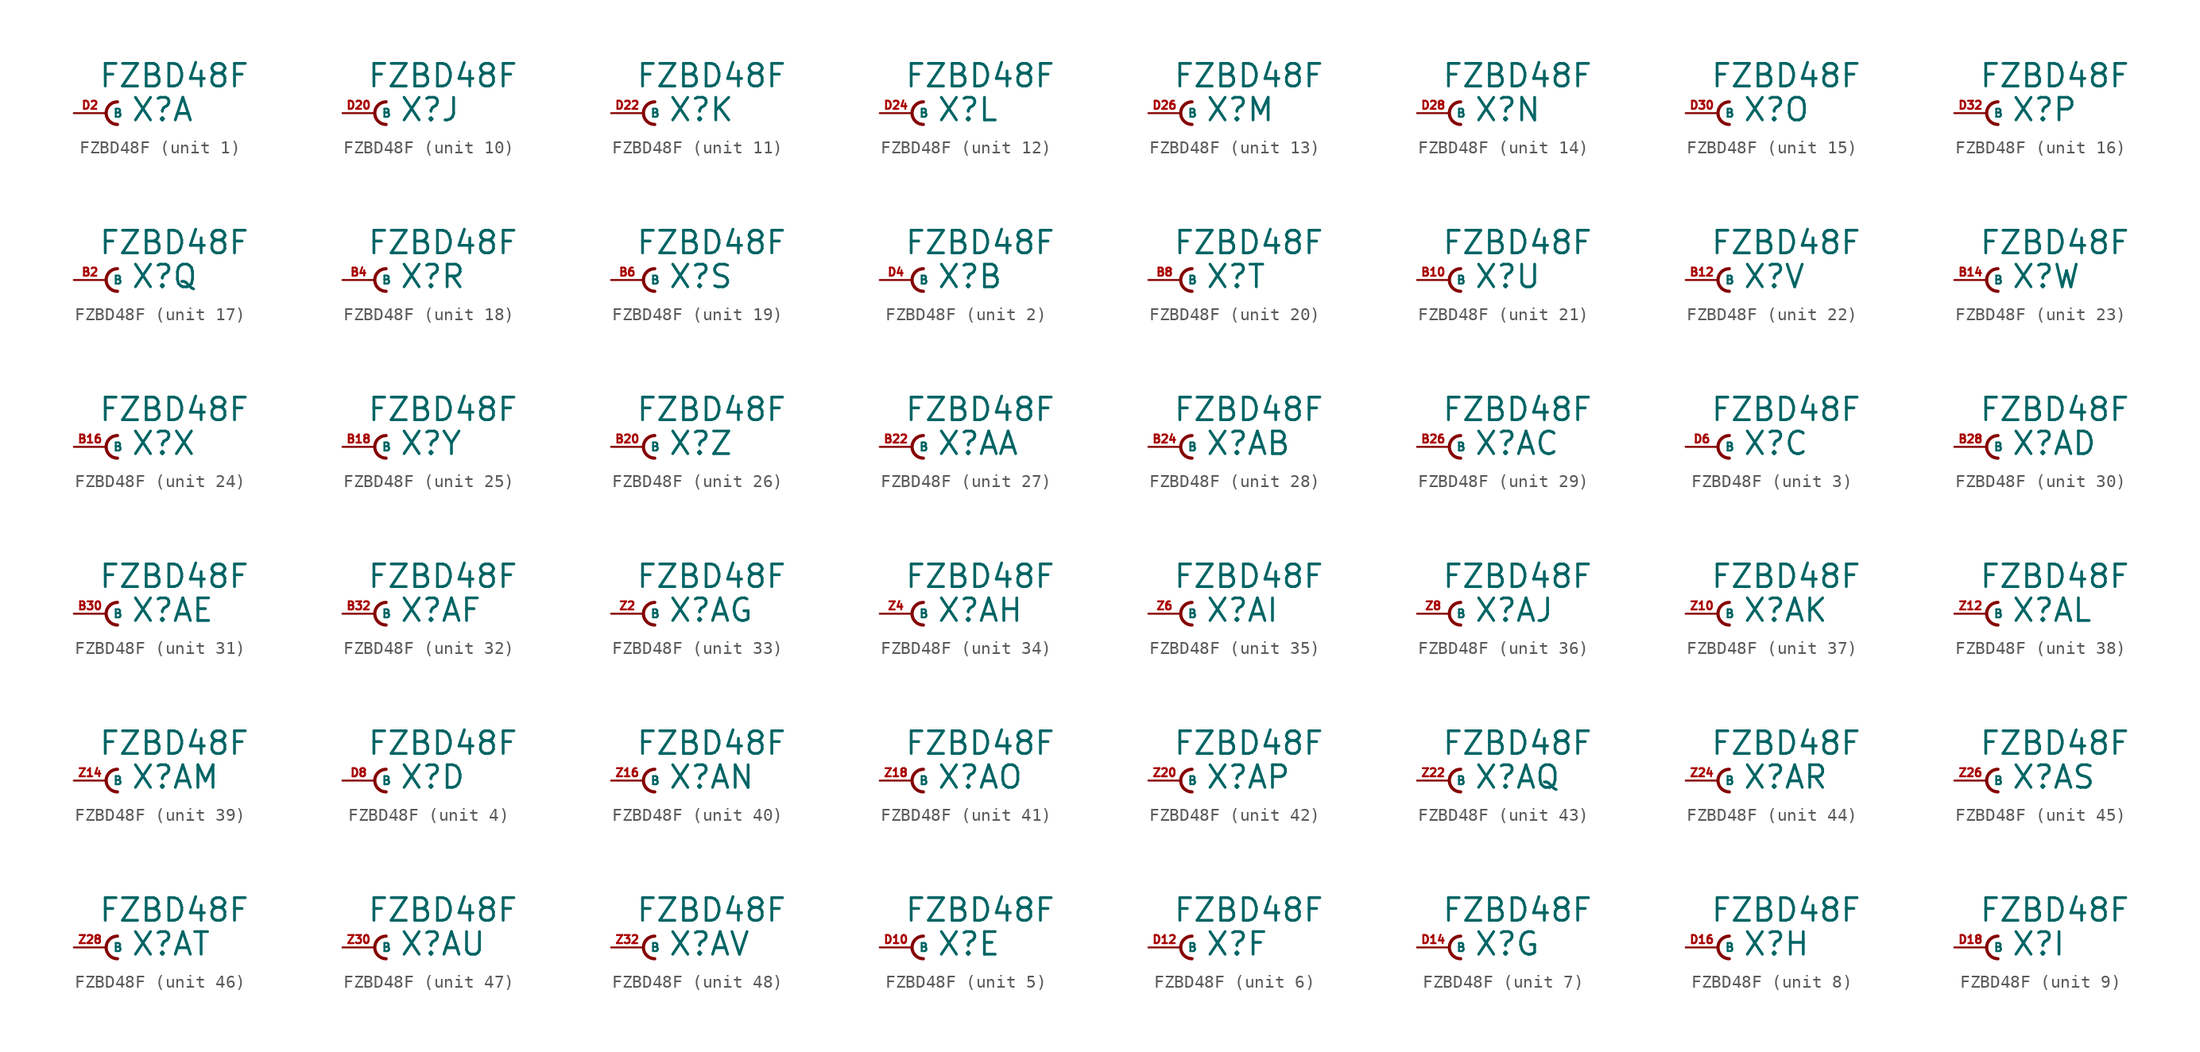
<source format=kicad_sym>
(kicad_symbol_lib
  (version 20220914)
  (generator Eagle2Kicad)
  (symbol "FZBD48F"
    (property "Reference" "X"
      (at 1.905 -0.762 0)
      (effects (font (size 1.778 1.778) (thickness 0.22)) (justify left bottom)))
    (property "Value" "FZBD48F"
      (at -0.635 1.905 0)
      (effects (font (size 1.778 1.778) (thickness 0.22)) (justify left bottom)))
    (symbol "FZBD48F_1_0"
      (arc (start 0.889 0.889) (mid 0.000 0.000) (end 0.889 -0.889) (stroke (width 0.254) (type default)) (fill (type none)))
      (pin passive line (at -2.54 0 0) (length 2.54) (name "B" (effects (font (size 0.635 0.635) (thickness 0.08)) (justify left bottom))) (number "D2" (effects (font (size 0.635 0.635) (thickness 0.08)) (justify left bottom)))))
    (symbol "FZBD48F_2_0"
      (arc (start 0.889 0.889) (mid 0.000 0.000) (end 0.889 -0.889) (stroke (width 0.254) (type default)) (fill (type none)))
      (pin passive line (at -2.54 0 0) (length 2.54) (name "B" (effects (font (size 0.635 0.635) (thickness 0.08)) (justify left bottom))) (number "D4" (effects (font (size 0.635 0.635) (thickness 0.08)) (justify left bottom)))))
    (symbol "FZBD48F_3_0"
      (arc (start 0.889 0.889) (mid 0.000 0.000) (end 0.889 -0.889) (stroke (width 0.254) (type default)) (fill (type none)))
      (pin passive line (at -2.54 0 0) (length 2.54) (name "B" (effects (font (size 0.635 0.635) (thickness 0.08)) (justify left bottom))) (number "D6" (effects (font (size 0.635 0.635) (thickness 0.08)) (justify left bottom)))))
    (symbol "FZBD48F_4_0"
      (arc (start 0.889 0.889) (mid 0.000 0.000) (end 0.889 -0.889) (stroke (width 0.254) (type default)) (fill (type none)))
      (pin passive line (at -2.54 0 0) (length 2.54) (name "B" (effects (font (size 0.635 0.635) (thickness 0.08)) (justify left bottom))) (number "D8" (effects (font (size 0.635 0.635) (thickness 0.08)) (justify left bottom)))))
    (symbol "FZBD48F_5_0"
      (arc (start 0.889 0.889) (mid 0.000 0.000) (end 0.889 -0.889) (stroke (width 0.254) (type default)) (fill (type none)))
      (pin passive line (at -2.54 0 0) (length 2.54) (name "B" (effects (font (size 0.635 0.635) (thickness 0.08)) (justify left bottom))) (number "D10" (effects (font (size 0.635 0.635) (thickness 0.08)) (justify left bottom)))))
    (symbol "FZBD48F_6_0"
      (arc (start 0.889 0.889) (mid 0.000 0.000) (end 0.889 -0.889) (stroke (width 0.254) (type default)) (fill (type none)))
      (pin passive line (at -2.54 0 0) (length 2.54) (name "B" (effects (font (size 0.635 0.635) (thickness 0.08)) (justify left bottom))) (number "D12" (effects (font (size 0.635 0.635) (thickness 0.08)) (justify left bottom)))))
    (symbol "FZBD48F_7_0"
      (arc (start 0.889 0.889) (mid 0.000 0.000) (end 0.889 -0.889) (stroke (width 0.254) (type default)) (fill (type none)))
      (pin passive line (at -2.54 0 0) (length 2.54) (name "B" (effects (font (size 0.635 0.635) (thickness 0.08)) (justify left bottom))) (number "D14" (effects (font (size 0.635 0.635) (thickness 0.08)) (justify left bottom)))))
    (symbol "FZBD48F_8_0"
      (arc (start 0.889 0.889) (mid 0.000 0.000) (end 0.889 -0.889) (stroke (width 0.254) (type default)) (fill (type none)))
      (pin passive line (at -2.54 0 0) (length 2.54) (name "B" (effects (font (size 0.635 0.635) (thickness 0.08)) (justify left bottom))) (number "D16" (effects (font (size 0.635 0.635) (thickness 0.08)) (justify left bottom)))))
    (symbol "FZBD48F_9_0"
      (arc (start 0.889 0.889) (mid 0.000 0.000) (end 0.889 -0.889) (stroke (width 0.254) (type default)) (fill (type none)))
      (pin passive line (at -2.54 0 0) (length 2.54) (name "B" (effects (font (size 0.635 0.635) (thickness 0.08)) (justify left bottom))) (number "D18" (effects (font (size 0.635 0.635) (thickness 0.08)) (justify left bottom)))))
    (symbol "FZBD48F_10_0"
      (arc (start 0.889 0.889) (mid 0.000 0.000) (end 0.889 -0.889) (stroke (width 0.254) (type default)) (fill (type none)))
      (pin passive line (at -2.54 0 0) (length 2.54) (name "B" (effects (font (size 0.635 0.635) (thickness 0.08)) (justify left bottom))) (number "D20" (effects (font (size 0.635 0.635) (thickness 0.08)) (justify left bottom)))))
    (symbol "FZBD48F_11_0"
      (arc (start 0.889 0.889) (mid 0.000 0.000) (end 0.889 -0.889) (stroke (width 0.254) (type default)) (fill (type none)))
      (pin passive line (at -2.54 0 0) (length 2.54) (name "B" (effects (font (size 0.635 0.635) (thickness 0.08)) (justify left bottom))) (number "D22" (effects (font (size 0.635 0.635) (thickness 0.08)) (justify left bottom)))))
    (symbol "FZBD48F_12_0"
      (arc (start 0.889 0.889) (mid 0.000 0.000) (end 0.889 -0.889) (stroke (width 0.254) (type default)) (fill (type none)))
      (pin passive line (at -2.54 0 0) (length 2.54) (name "B" (effects (font (size 0.635 0.635) (thickness 0.08)) (justify left bottom))) (number "D24" (effects (font (size 0.635 0.635) (thickness 0.08)) (justify left bottom)))))
    (symbol "FZBD48F_13_0"
      (arc (start 0.889 0.889) (mid 0.000 0.000) (end 0.889 -0.889) (stroke (width 0.254) (type default)) (fill (type none)))
      (pin passive line (at -2.54 0 0) (length 2.54) (name "B" (effects (font (size 0.635 0.635) (thickness 0.08)) (justify left bottom))) (number "D26" (effects (font (size 0.635 0.635) (thickness 0.08)) (justify left bottom)))))
    (symbol "FZBD48F_14_0"
      (arc (start 0.889 0.889) (mid 0.000 0.000) (end 0.889 -0.889) (stroke (width 0.254) (type default)) (fill (type none)))
      (pin passive line (at -2.54 0 0) (length 2.54) (name "B" (effects (font (size 0.635 0.635) (thickness 0.08)) (justify left bottom))) (number "D28" (effects (font (size 0.635 0.635) (thickness 0.08)) (justify left bottom)))))
    (symbol "FZBD48F_15_0"
      (arc (start 0.889 0.889) (mid 0.000 0.000) (end 0.889 -0.889) (stroke (width 0.254) (type default)) (fill (type none)))
      (pin passive line (at -2.54 0 0) (length 2.54) (name "B" (effects (font (size 0.635 0.635) (thickness 0.08)) (justify left bottom))) (number "D30" (effects (font (size 0.635 0.635) (thickness 0.08)) (justify left bottom)))))
    (symbol "FZBD48F_16_0"
      (arc (start 0.889 0.889) (mid 0.000 0.000) (end 0.889 -0.889) (stroke (width 0.254) (type default)) (fill (type none)))
      (pin passive line (at -2.54 0 0) (length 2.54) (name "B" (effects (font (size 0.635 0.635) (thickness 0.08)) (justify left bottom))) (number "D32" (effects (font (size 0.635 0.635) (thickness 0.08)) (justify left bottom)))))
    (symbol "FZBD48F_17_0"
      (arc (start 0.889 0.889) (mid 0.000 0.000) (end 0.889 -0.889) (stroke (width 0.254) (type default)) (fill (type none)))
      (pin passive line (at -2.54 0 0) (length 2.54) (name "B" (effects (font (size 0.635 0.635) (thickness 0.08)) (justify left bottom))) (number "B2" (effects (font (size 0.635 0.635) (thickness 0.08)) (justify left bottom)))))
    (symbol "FZBD48F_18_0"
      (arc (start 0.889 0.889) (mid 0.000 0.000) (end 0.889 -0.889) (stroke (width 0.254) (type default)) (fill (type none)))
      (pin passive line (at -2.54 0 0) (length 2.54) (name "B" (effects (font (size 0.635 0.635) (thickness 0.08)) (justify left bottom))) (number "B4" (effects (font (size 0.635 0.635) (thickness 0.08)) (justify left bottom)))))
    (symbol "FZBD48F_19_0"
      (arc (start 0.889 0.889) (mid 0.000 0.000) (end 0.889 -0.889) (stroke (width 0.254) (type default)) (fill (type none)))
      (pin passive line (at -2.54 0 0) (length 2.54) (name "B" (effects (font (size 0.635 0.635) (thickness 0.08)) (justify left bottom))) (number "B6" (effects (font (size 0.635 0.635) (thickness 0.08)) (justify left bottom)))))
    (symbol "FZBD48F_20_0"
      (arc (start 0.889 0.889) (mid 0.000 0.000) (end 0.889 -0.889) (stroke (width 0.254) (type default)) (fill (type none)))
      (pin passive line (at -2.54 0 0) (length 2.54) (name "B" (effects (font (size 0.635 0.635) (thickness 0.08)) (justify left bottom))) (number "B8" (effects (font (size 0.635 0.635) (thickness 0.08)) (justify left bottom)))))
    (symbol "FZBD48F_21_0"
      (arc (start 0.889 0.889) (mid 0.000 0.000) (end 0.889 -0.889) (stroke (width 0.254) (type default)) (fill (type none)))
      (pin passive line (at -2.54 0 0) (length 2.54) (name "B" (effects (font (size 0.635 0.635) (thickness 0.08)) (justify left bottom))) (number "B10" (effects (font (size 0.635 0.635) (thickness 0.08)) (justify left bottom)))))
    (symbol "FZBD48F_22_0"
      (arc (start 0.889 0.889) (mid 0.000 0.000) (end 0.889 -0.889) (stroke (width 0.254) (type default)) (fill (type none)))
      (pin passive line (at -2.54 0 0) (length 2.54) (name "B" (effects (font (size 0.635 0.635) (thickness 0.08)) (justify left bottom))) (number "B12" (effects (font (size 0.635 0.635) (thickness 0.08)) (justify left bottom)))))
    (symbol "FZBD48F_23_0"
      (arc (start 0.889 0.889) (mid 0.000 0.000) (end 0.889 -0.889) (stroke (width 0.254) (type default)) (fill (type none)))
      (pin passive line (at -2.54 0 0) (length 2.54) (name "B" (effects (font (size 0.635 0.635) (thickness 0.08)) (justify left bottom))) (number "B14" (effects (font (size 0.635 0.635) (thickness 0.08)) (justify left bottom)))))
    (symbol "FZBD48F_24_0"
      (arc (start 0.889 0.889) (mid 0.000 0.000) (end 0.889 -0.889) (stroke (width 0.254) (type default)) (fill (type none)))
      (pin passive line (at -2.54 0 0) (length 2.54) (name "B" (effects (font (size 0.635 0.635) (thickness 0.08)) (justify left bottom))) (number "B16" (effects (font (size 0.635 0.635) (thickness 0.08)) (justify left bottom)))))
    (symbol "FZBD48F_25_0"
      (arc (start 0.889 0.889) (mid 0.000 0.000) (end 0.889 -0.889) (stroke (width 0.254) (type default)) (fill (type none)))
      (pin passive line (at -2.54 0 0) (length 2.54) (name "B" (effects (font (size 0.635 0.635) (thickness 0.08)) (justify left bottom))) (number "B18" (effects (font (size 0.635 0.635) (thickness 0.08)) (justify left bottom)))))
    (symbol "FZBD48F_26_0"
      (arc (start 0.889 0.889) (mid 0.000 0.000) (end 0.889 -0.889) (stroke (width 0.254) (type default)) (fill (type none)))
      (pin passive line (at -2.54 0 0) (length 2.54) (name "B" (effects (font (size 0.635 0.635) (thickness 0.08)) (justify left bottom))) (number "B20" (effects (font (size 0.635 0.635) (thickness 0.08)) (justify left bottom)))))
    (symbol "FZBD48F_27_0"
      (arc (start 0.889 0.889) (mid 0.000 0.000) (end 0.889 -0.889) (stroke (width 0.254) (type default)) (fill (type none)))
      (pin passive line (at -2.54 0 0) (length 2.54) (name "B" (effects (font (size 0.635 0.635) (thickness 0.08)) (justify left bottom))) (number "B22" (effects (font (size 0.635 0.635) (thickness 0.08)) (justify left bottom)))))
    (symbol "FZBD48F_28_0"
      (arc (start 0.889 0.889) (mid 0.000 0.000) (end 0.889 -0.889) (stroke (width 0.254) (type default)) (fill (type none)))
      (pin passive line (at -2.54 0 0) (length 2.54) (name "B" (effects (font (size 0.635 0.635) (thickness 0.08)) (justify left bottom))) (number "B24" (effects (font (size 0.635 0.635) (thickness 0.08)) (justify left bottom)))))
    (symbol "FZBD48F_29_0"
      (arc (start 0.889 0.889) (mid 0.000 0.000) (end 0.889 -0.889) (stroke (width 0.254) (type default)) (fill (type none)))
      (pin passive line (at -2.54 0 0) (length 2.54) (name "B" (effects (font (size 0.635 0.635) (thickness 0.08)) (justify left bottom))) (number "B26" (effects (font (size 0.635 0.635) (thickness 0.08)) (justify left bottom)))))
    (symbol "FZBD48F_30_0"
      (arc (start 0.889 0.889) (mid 0.000 0.000) (end 0.889 -0.889) (stroke (width 0.254) (type default)) (fill (type none)))
      (pin passive line (at -2.54 0 0) (length 2.54) (name "B" (effects (font (size 0.635 0.635) (thickness 0.08)) (justify left bottom))) (number "B28" (effects (font (size 0.635 0.635) (thickness 0.08)) (justify left bottom)))))
    (symbol "FZBD48F_31_0"
      (arc (start 0.889 0.889) (mid 0.000 0.000) (end 0.889 -0.889) (stroke (width 0.254) (type default)) (fill (type none)))
      (pin passive line (at -2.54 0 0) (length 2.54) (name "B" (effects (font (size 0.635 0.635) (thickness 0.08)) (justify left bottom))) (number "B30" (effects (font (size 0.635 0.635) (thickness 0.08)) (justify left bottom)))))
    (symbol "FZBD48F_32_0"
      (arc (start 0.889 0.889) (mid 0.000 0.000) (end 0.889 -0.889) (stroke (width 0.254) (type default)) (fill (type none)))
      (pin passive line (at -2.54 0 0) (length 2.54) (name "B" (effects (font (size 0.635 0.635) (thickness 0.08)) (justify left bottom))) (number "B32" (effects (font (size 0.635 0.635) (thickness 0.08)) (justify left bottom)))))
    (symbol "FZBD48F_33_0"
      (arc (start 0.889 0.889) (mid 0.000 0.000) (end 0.889 -0.889) (stroke (width 0.254) (type default)) (fill (type none)))
      (pin passive line (at -2.54 0 0) (length 2.54) (name "B" (effects (font (size 0.635 0.635) (thickness 0.08)) (justify left bottom))) (number "Z2" (effects (font (size 0.635 0.635) (thickness 0.08)) (justify left bottom)))))
    (symbol "FZBD48F_34_0"
      (arc (start 0.889 0.889) (mid 0.000 0.000) (end 0.889 -0.889) (stroke (width 0.254) (type default)) (fill (type none)))
      (pin passive line (at -2.54 0 0) (length 2.54) (name "B" (effects (font (size 0.635 0.635) (thickness 0.08)) (justify left bottom))) (number "Z4" (effects (font (size 0.635 0.635) (thickness 0.08)) (justify left bottom)))))
    (symbol "FZBD48F_35_0"
      (arc (start 0.889 0.889) (mid 0.000 0.000) (end 0.889 -0.889) (stroke (width 0.254) (type default)) (fill (type none)))
      (pin passive line (at -2.54 0 0) (length 2.54) (name "B" (effects (font (size 0.635 0.635) (thickness 0.08)) (justify left bottom))) (number "Z6" (effects (font (size 0.635 0.635) (thickness 0.08)) (justify left bottom)))))
    (symbol "FZBD48F_36_0"
      (arc (start 0.889 0.889) (mid 0.000 0.000) (end 0.889 -0.889) (stroke (width 0.254) (type default)) (fill (type none)))
      (pin passive line (at -2.54 0 0) (length 2.54) (name "B" (effects (font (size 0.635 0.635) (thickness 0.08)) (justify left bottom))) (number "Z8" (effects (font (size 0.635 0.635) (thickness 0.08)) (justify left bottom)))))
    (symbol "FZBD48F_37_0"
      (arc (start 0.889 0.889) (mid 0.000 0.000) (end 0.889 -0.889) (stroke (width 0.254) (type default)) (fill (type none)))
      (pin passive line (at -2.54 0 0) (length 2.54) (name "B" (effects (font (size 0.635 0.635) (thickness 0.08)) (justify left bottom))) (number "Z10" (effects (font (size 0.635 0.635) (thickness 0.08)) (justify left bottom)))))
    (symbol "FZBD48F_38_0"
      (arc (start 0.889 0.889) (mid 0.000 0.000) (end 0.889 -0.889) (stroke (width 0.254) (type default)) (fill (type none)))
      (pin passive line (at -2.54 0 0) (length 2.54) (name "B" (effects (font (size 0.635 0.635) (thickness 0.08)) (justify left bottom))) (number "Z12" (effects (font (size 0.635 0.635) (thickness 0.08)) (justify left bottom)))))
    (symbol "FZBD48F_39_0"
      (arc (start 0.889 0.889) (mid 0.000 0.000) (end 0.889 -0.889) (stroke (width 0.254) (type default)) (fill (type none)))
      (pin passive line (at -2.54 0 0) (length 2.54) (name "B" (effects (font (size 0.635 0.635) (thickness 0.08)) (justify left bottom))) (number "Z14" (effects (font (size 0.635 0.635) (thickness 0.08)) (justify left bottom)))))
    (symbol "FZBD48F_40_0"
      (arc (start 0.889 0.889) (mid 0.000 0.000) (end 0.889 -0.889) (stroke (width 0.254) (type default)) (fill (type none)))
      (pin passive line (at -2.54 0 0) (length 2.54) (name "B" (effects (font (size 0.635 0.635) (thickness 0.08)) (justify left bottom))) (number "Z16" (effects (font (size 0.635 0.635) (thickness 0.08)) (justify left bottom)))))
    (symbol "FZBD48F_41_0"
      (arc (start 0.889 0.889) (mid 0.000 0.000) (end 0.889 -0.889) (stroke (width 0.254) (type default)) (fill (type none)))
      (pin passive line (at -2.54 0 0) (length 2.54) (name "B" (effects (font (size 0.635 0.635) (thickness 0.08)) (justify left bottom))) (number "Z18" (effects (font (size 0.635 0.635) (thickness 0.08)) (justify left bottom)))))
    (symbol "FZBD48F_42_0"
      (arc (start 0.889 0.889) (mid 0.000 0.000) (end 0.889 -0.889) (stroke (width 0.254) (type default)) (fill (type none)))
      (pin passive line (at -2.54 0 0) (length 2.54) (name "B" (effects (font (size 0.635 0.635) (thickness 0.08)) (justify left bottom))) (number "Z20" (effects (font (size 0.635 0.635) (thickness 0.08)) (justify left bottom)))))
    (symbol "FZBD48F_43_0"
      (arc (start 0.889 0.889) (mid 0.000 0.000) (end 0.889 -0.889) (stroke (width 0.254) (type default)) (fill (type none)))
      (pin passive line (at -2.54 0 0) (length 2.54) (name "B" (effects (font (size 0.635 0.635) (thickness 0.08)) (justify left bottom))) (number "Z22" (effects (font (size 0.635 0.635) (thickness 0.08)) (justify left bottom)))))
    (symbol "FZBD48F_44_0"
      (arc (start 0.889 0.889) (mid 0.000 0.000) (end 0.889 -0.889) (stroke (width 0.254) (type default)) (fill (type none)))
      (pin passive line (at -2.54 0 0) (length 2.54) (name "B" (effects (font (size 0.635 0.635) (thickness 0.08)) (justify left bottom))) (number "Z24" (effects (font (size 0.635 0.635) (thickness 0.08)) (justify left bottom)))))
    (symbol "FZBD48F_45_0"
      (arc (start 0.889 0.889) (mid 0.000 0.000) (end 0.889 -0.889) (stroke (width 0.254) (type default)) (fill (type none)))
      (pin passive line (at -2.54 0 0) (length 2.54) (name "B" (effects (font (size 0.635 0.635) (thickness 0.08)) (justify left bottom))) (number "Z26" (effects (font (size 0.635 0.635) (thickness 0.08)) (justify left bottom)))))
    (symbol "FZBD48F_46_0"
      (arc (start 0.889 0.889) (mid 0.000 0.000) (end 0.889 -0.889) (stroke (width 0.254) (type default)) (fill (type none)))
      (pin passive line (at -2.54 0 0) (length 2.54) (name "B" (effects (font (size 0.635 0.635) (thickness 0.08)) (justify left bottom))) (number "Z28" (effects (font (size 0.635 0.635) (thickness 0.08)) (justify left bottom)))))
    (symbol "FZBD48F_47_0"
      (arc (start 0.889 0.889) (mid 0.000 0.000) (end 0.889 -0.889) (stroke (width 0.254) (type default)) (fill (type none)))
      (pin passive line (at -2.54 0 0) (length 2.54) (name "B" (effects (font (size 0.635 0.635) (thickness 0.08)) (justify left bottom))) (number "Z30" (effects (font (size 0.635 0.635) (thickness 0.08)) (justify left bottom)))))
    (symbol "FZBD48F_48_0"
      (arc (start 0.889 0.889) (mid 0.000 0.000) (end 0.889 -0.889) (stroke (width 0.254) (type default)) (fill (type none)))
      (pin passive line (at -2.54 0 0) (length 2.54) (name "B" (effects (font (size 0.635 0.635) (thickness 0.08)) (justify left bottom))) (number "Z32" (effects (font (size 0.635 0.635) (thickness 0.08)) (justify left bottom)))))))
</source>
